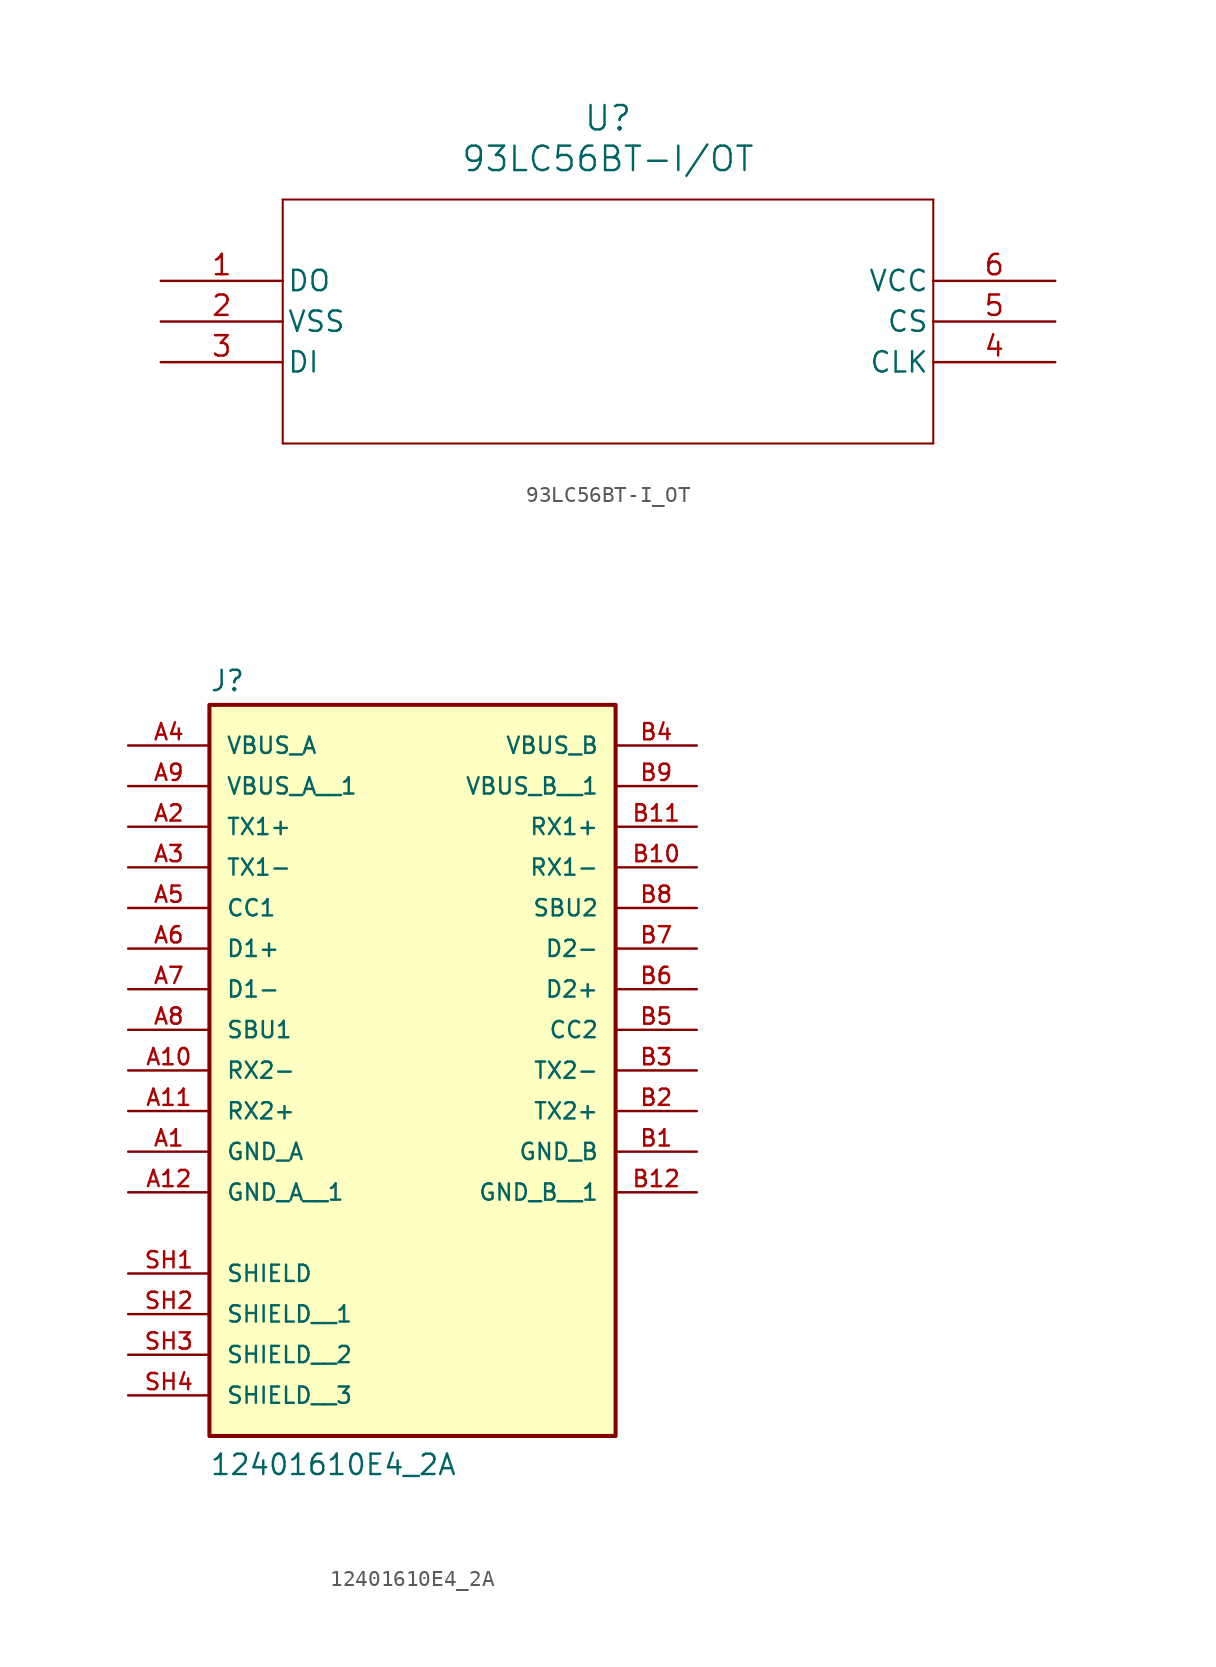
<source format=kicad_sym>
(kicad_symbol_lib
  (version 20241209)
  (generator "kicad_symbol_editor")
  (generator_version "9.0")
  (symbol "93LC56BT-I_OT"
    (pin_names
      (offset 0.254))
    (property "Reference" "U"
      (at 27.94 10.16 0)
      (effects (font (size 1.524 1.524))))
    (property "Value" "93LC56BT-I/OT"
      (at 27.94 7.62 0)
      (effects (font (size 1.524 1.524))))
    (property "ki_locked" ""
      (at 0 0 0)
      (effects (font (size 1.27 1.27))))
    (symbol "93LC56BT-I_OT_0_1"
      (polyline (pts (xy 7.62 5.08) (xy 7.62 -10.16)) (stroke (width 0.127) (type default)) (fill (type none)))
      (polyline (pts (xy 7.62 -10.16) (xy 48.26 -10.16)) (stroke (width 0.127) (type default)) (fill (type none)))
      (polyline (pts (xy 48.26 5.08) (xy 7.62 5.08)) (stroke (width 0.127) (type default)) (fill (type none)))
      (polyline (pts (xy 48.26 -10.16) (xy 48.26 5.08)) (stroke (width 0.127) (type default)) (fill (type none)))
      (pin bidirectional line (at 0 0 0) (length 7.62) (name "DO" (effects (font (size 1.27 1.27)))) (number "1" (effects (font (size 1.27 1.27)))))
      (pin unspecified line (at 0 -2.54 0) (length 7.62) (name "VSS" (effects (font (size 1.27 1.27)))) (number "2" (effects (font (size 1.27 1.27)))))
      (pin bidirectional line (at 0 -5.08 0) (length 7.62) (name "DI" (effects (font (size 1.27 1.27)))) (number "3" (effects (font (size 1.27 1.27)))))
      (pin unspecified line (at 55.88 0 180) (length 7.62) (name "VCC" (effects (font (size 1.27 1.27)))) (number "6" (effects (font (size 1.27 1.27)))))
      (pin bidirectional line (at 55.88 -2.54 180) (length 7.62) (name "CS" (effects (font (size 1.27 1.27)))) (number "5" (effects (font (size 1.27 1.27)))))
      (pin bidirectional line (at 55.88 -5.08 180) (length 7.62) (name "CLK" (effects (font (size 1.27 1.27)))) (number "4" (effects (font (size 1.27 1.27)))))))
  (symbol "12401610E4_2A"
    (pin_names
      (offset 1.016))
    (property "Reference" "J"
      (at -12.7 16.002 0)
      (effects (font (size 1.27 1.27)) (justify left bottom)))
    (property "Value" "12401610E4_2A"
      (at -12.7 -33.02 0)
      (effects (font (size 1.27 1.27)) (justify left bottom)))
    (symbol "12401610E4_2A_0_0"
      (rectangle (start -12.7 -30.48) (end 12.7 15.24) (stroke (width 0.254) (type default)) (fill (type background)))
      (pin power_in line (at -17.78 12.7 0) (length 5.08) (name "VBUS_A" (effects (font (size 1.016 1.016)))) (number "A4" (effects (font (size 1.016 1.016)))))
      (pin power_in line (at -17.78 10.16 0) (length 5.08) (name "VBUS_A__1" (effects (font (size 1.016 1.016)))) (number "A9" (effects (font (size 1.016 1.016)))))
      (pin bidirectional line (at -17.78 7.62 0) (length 5.08) (name "TX1+" (effects (font (size 1.016 1.016)))) (number "A2" (effects (font (size 1.016 1.016)))))
      (pin bidirectional line (at -17.78 5.08 0) (length 5.08) (name "TX1-" (effects (font (size 1.016 1.016)))) (number "A3" (effects (font (size 1.016 1.016)))))
      (pin bidirectional line (at -17.78 2.54 0) (length 5.08) (name "CC1" (effects (font (size 1.016 1.016)))) (number "A5" (effects (font (size 1.016 1.016)))))
      (pin bidirectional line (at -17.78 0 0) (length 5.08) (name "D1+" (effects (font (size 1.016 1.016)))) (number "A6" (effects (font (size 1.016 1.016)))))
      (pin bidirectional line (at -17.78 -2.54 0) (length 5.08) (name "D1-" (effects (font (size 1.016 1.016)))) (number "A7" (effects (font (size 1.016 1.016)))))
      (pin bidirectional line (at -17.78 -5.08 0) (length 5.08) (name "SBU1" (effects (font (size 1.016 1.016)))) (number "A8" (effects (font (size 1.016 1.016)))))
      (pin bidirectional line (at -17.78 -7.62 0) (length 5.08) (name "RX2-" (effects (font (size 1.016 1.016)))) (number "A10" (effects (font (size 1.016 1.016)))))
      (pin bidirectional line (at -17.78 -10.16 0) (length 5.08) (name "RX2+" (effects (font (size 1.016 1.016)))) (number "A11" (effects (font (size 1.016 1.016)))))
      (pin power_in line (at -17.78 -12.7 0) (length 5.08) (name "GND_A" (effects (font (size 1.016 1.016)))) (number "A1" (effects (font (size 1.016 1.016)))))
      (pin power_in line (at -17.78 -15.24 0) (length 5.08) (name "GND_A__1" (effects (font (size 1.016 1.016)))) (number "A12" (effects (font (size 1.016 1.016)))))
      (pin passive line (at -17.78 -20.32 0) (length 5.08) (name "SHIELD" (effects (font (size 1.016 1.016)))) (number "SH1" (effects (font (size 1.016 1.016)))))
      (pin passive line (at -17.78 -22.86 0) (length 5.08) (name "SHIELD__1" (effects (font (size 1.016 1.016)))) (number "SH2" (effects (font (size 1.016 1.016)))))
      (pin passive line (at -17.78 -25.4 0) (length 5.08) (name "SHIELD__2" (effects (font (size 1.016 1.016)))) (number "SH3" (effects (font (size 1.016 1.016)))))
      (pin passive line (at -17.78 -27.94 0) (length 5.08) (name "SHIELD__3" (effects (font (size 1.016 1.016)))) (number "SH4" (effects (font (size 1.016 1.016)))))
      (pin power_in line (at 17.78 12.7 180) (length 5.08) (name "VBUS_B" (effects (font (size 1.016 1.016)))) (number "B4" (effects (font (size 1.016 1.016)))))
      (pin power_in line (at 17.78 10.16 180) (length 5.08) (name "VBUS_B__1" (effects (font (size 1.016 1.016)))) (number "B9" (effects (font (size 1.016 1.016)))))
      (pin bidirectional line (at 17.78 7.62 180) (length 5.08) (name "RX1+" (effects (font (size 1.016 1.016)))) (number "B11" (effects (font (size 1.016 1.016)))))
      (pin bidirectional line (at 17.78 5.08 180) (length 5.08) (name "RX1-" (effects (font (size 1.016 1.016)))) (number "B10" (effects (font (size 1.016 1.016)))))
      (pin bidirectional line (at 17.78 2.54 180) (length 5.08) (name "SBU2" (effects (font (size 1.016 1.016)))) (number "B8" (effects (font (size 1.016 1.016)))))
      (pin bidirectional line (at 17.78 0 180) (length 5.08) (name "D2-" (effects (font (size 1.016 1.016)))) (number "B7" (effects (font (size 1.016 1.016)))))
      (pin bidirectional line (at 17.78 -2.54 180) (length 5.08) (name "D2+" (effects (font (size 1.016 1.016)))) (number "B6" (effects (font (size 1.016 1.016)))))
      (pin bidirectional line (at 17.78 -5.08 180) (length 5.08) (name "CC2" (effects (font (size 1.016 1.016)))) (number "B5" (effects (font (size 1.016 1.016)))))
      (pin bidirectional line (at 17.78 -7.62 180) (length 5.08) (name "TX2-" (effects (font (size 1.016 1.016)))) (number "B3" (effects (font (size 1.016 1.016)))))
      (pin bidirectional line (at 17.78 -10.16 180) (length 5.08) (name "TX2+" (effects (font (size 1.016 1.016)))) (number "B2" (effects (font (size 1.016 1.016)))))
      (pin power_in line (at 17.78 -12.7 180) (length 5.08) (name "GND_B" (effects (font (size 1.016 1.016)))) (number "B1" (effects (font (size 1.016 1.016)))))
      (pin power_in line (at 17.78 -15.24 180) (length 5.08) (name "GND_B__1" (effects (font (size 1.016 1.016)))) (number "B12" (effects (font (size 1.016 1.016))))))))
</source>
